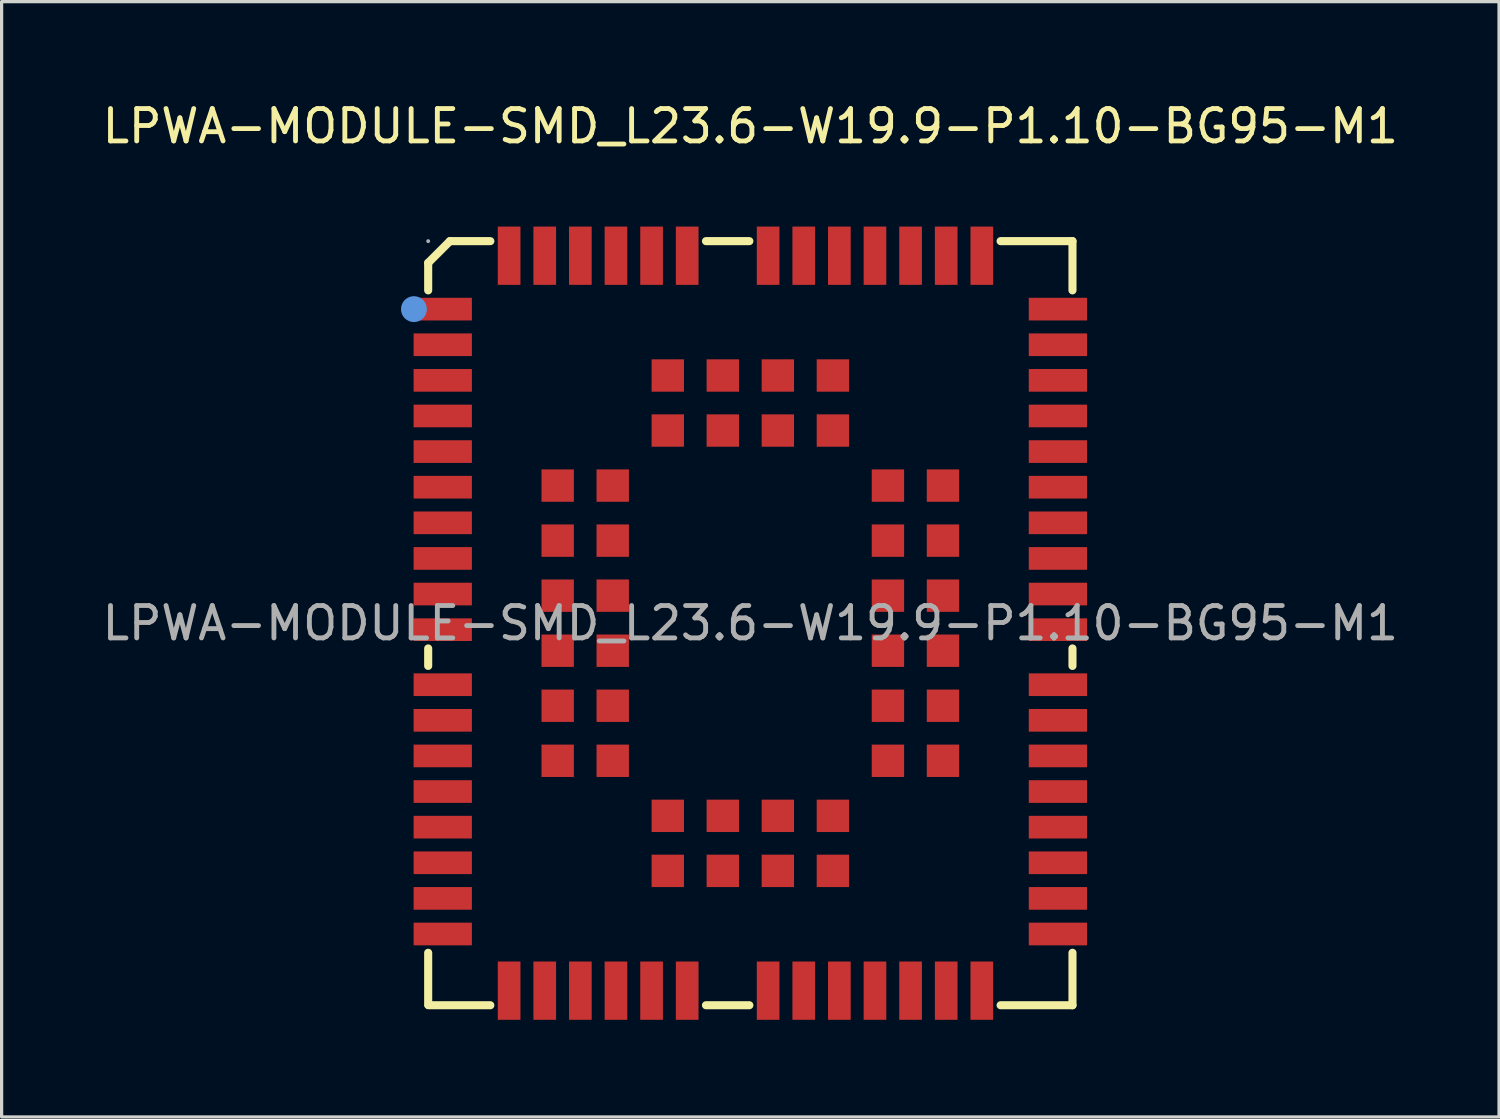
<source format=kicad_pcb>
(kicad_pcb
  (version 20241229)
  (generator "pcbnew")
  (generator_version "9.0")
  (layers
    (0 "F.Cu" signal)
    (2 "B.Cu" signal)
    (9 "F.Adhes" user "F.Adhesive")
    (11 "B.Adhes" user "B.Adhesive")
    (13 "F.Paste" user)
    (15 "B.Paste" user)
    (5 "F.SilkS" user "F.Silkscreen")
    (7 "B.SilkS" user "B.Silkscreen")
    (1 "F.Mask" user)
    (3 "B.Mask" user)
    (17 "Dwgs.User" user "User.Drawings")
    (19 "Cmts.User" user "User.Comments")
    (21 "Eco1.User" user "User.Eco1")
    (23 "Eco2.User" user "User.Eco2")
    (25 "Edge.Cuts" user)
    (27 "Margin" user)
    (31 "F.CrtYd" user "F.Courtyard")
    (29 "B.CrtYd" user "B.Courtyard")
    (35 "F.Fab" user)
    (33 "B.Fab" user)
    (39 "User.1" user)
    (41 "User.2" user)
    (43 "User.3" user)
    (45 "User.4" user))
  (footprint "LPWA-MODULE-SMD_L23.6-W19.9-P1.10-BG95-M1"
    (layer "F.Cu")
    (at 20.125 16.198)
    (property "Reference" "LPWA-MODULE-SMD_L23.6-W19.9-P1.10-BG95-M1" (at 0 -15.35 0) (layer "F.SilkS") (effects (font (size 1 1) (thickness 0.15))))
    (attr smd)
    (fp_line (start -9.95 -11.13) (end -9.95 -10.28) (stroke (width 0.25) (type solid)) (layer "F.SilkS"))
    (fp_line (start -9.95 0.78) (end -9.95 1.32) (stroke (width 0.25) (type solid)) (layer "F.SilkS"))
    (fp_line (start -9.95 10.18) (end -9.95 11.79) (stroke (width 0.25) (type solid)) (layer "F.SilkS"))
    (fp_line (start -9.94 11.8) (end -8.03 11.8) (stroke (width 0.25) (type solid)) (layer "F.SilkS"))
    (fp_line (start -9.28 -11.8) (end -9.95 -11.13) (stroke (width 0.25) (type solid)) (layer "F.SilkS"))
    (fp_line (start -8.03 -11.8) (end -9.28 -11.8) (stroke (width 0.25) (type solid)) (layer "F.SilkS"))
    (fp_line (start -1.37 11.8) (end -0.03 11.8) (stroke (width 0.25) (type solid)) (layer "F.SilkS"))
    (fp_line (start -0.03 -11.8) (end -1.37 -11.8) (stroke (width 0.25) (type solid)) (layer "F.SilkS"))
    (fp_line (start 7.73 11.8) (end 9.95 11.8) (stroke (width 0.25) (type solid)) (layer "F.SilkS"))
    (fp_line (start 9.95 -11.8) (end 7.73 -11.8) (stroke (width 0.25) (type solid)) (layer "F.SilkS"))
    (fp_line (start 9.95 -10.28) (end 9.95 -11.8) (stroke (width 0.25) (type solid)) (layer "F.SilkS"))
    (fp_line (start 9.95 1.32) (end 9.95 0.78) (stroke (width 0.25) (type solid)) (layer "F.SilkS"))
    (fp_line (start 9.95 11.8) (end 9.95 10.18) (stroke (width 0.25) (type solid)) (layer "F.SilkS"))
    (fp_circle (center -10.39 -9.7) (end -10.19 -9.7) (stroke (width 0.4) (type solid)) (fill no) (layer "Cmts.User"))
    (fp_circle (center -9.95 -11.8) (end -9.92 -11.8) (stroke (width 0.06) (type solid)) (fill no) (layer "F.Fab"))
    (fp_text user "${REFERENCE}" (at 0 0 0) (layer "F.Fab") (effects (font (size 1 1) (thickness 0.15))))
    (pad "1" smd rect (at -9.5 -9.7) (size 1.8 0.7) (layers "F.Cu" "F.Mask" "F.Paste"))
    (pad "2" smd rect (at -9.5 -8.6) (size 1.8 0.7) (layers "F.Cu" "F.Mask" "F.Paste"))
    (pad "3" smd rect (at -9.5 -7.5) (size 1.8 0.7) (layers "F.Cu" "F.Mask" "F.Paste"))
    (pad "4" smd rect (at -9.5 -6.4) (size 1.8 0.7) (layers "F.Cu" "F.Mask" "F.Paste"))
    (pad "5" smd rect (at -9.5 -5.3) (size 1.8 0.7) (layers "F.Cu" "F.Mask" "F.Paste"))
    (pad "6" smd rect (at -9.5 -4.2) (size 1.8 0.7) (layers "F.Cu" "F.Mask" "F.Paste"))
    (pad "7" smd rect (at -9.5 -3.1) (size 1.8 0.7) (layers "F.Cu" "F.Mask" "F.Paste"))
    (pad "8" smd rect (at -9.5 -2) (size 1.8 0.7) (layers "F.Cu" "F.Mask" "F.Paste"))
    (pad "9" smd rect (at -9.5 -0.9) (size 1.8 0.7) (layers "F.Cu" "F.Mask" "F.Paste"))
    (pad "10" smd rect (at -9.5 0.2) (size 1.8 0.7) (layers "F.Cu" "F.Mask" "F.Paste"))
    (pad "11" smd rect (at -9.5 1.9) (size 1.8 0.7) (layers "F.Cu" "F.Mask" "F.Paste"))
    (pad "12" smd rect (at -9.5 3) (size 1.8 0.7) (layers "F.Cu" "F.Mask" "F.Paste"))
    (pad "13" smd rect (at -9.5 4.1) (size 1.8 0.7) (layers "F.Cu" "F.Mask" "F.Paste"))
    (pad "14" smd rect (at -9.5 5.2) (size 1.8 0.7) (layers "F.Cu" "F.Mask" "F.Paste"))
    (pad "15" smd rect (at -9.5 6.3) (size 1.8 0.7) (layers "F.Cu" "F.Mask" "F.Paste"))
    (pad "16" smd rect (at -9.5 7.4) (size 1.8 0.7) (layers "F.Cu" "F.Mask" "F.Paste"))
    (pad "17" smd rect (at -9.5 8.5) (size 1.8 0.7) (layers "F.Cu" "F.Mask" "F.Paste"))
    (pad "18" smd rect (at -9.5 9.6) (size 1.8 0.7) (layers "F.Cu" "F.Mask" "F.Paste"))
    (pad "19" smd rect (at -7.45 11.35) (size 0.7 1.8) (layers "F.Cu" "F.Mask" "F.Paste"))
    (pad "20" smd rect (at -6.35 11.35) (size 0.7 1.8) (layers "F.Cu" "F.Mask" "F.Paste"))
    (pad "21" smd rect (at -5.25 11.35) (size 0.7 1.8) (layers "F.Cu" "F.Mask" "F.Paste"))
    (pad "22" smd rect (at -4.15 11.35) (size 0.7 1.8) (layers "F.Cu" "F.Mask" "F.Paste"))
    (pad "23" smd rect (at -3.05 11.35) (size 0.7 1.8) (layers "F.Cu" "F.Mask" "F.Paste"))
    (pad "24" smd rect (at -1.95 11.35) (size 0.7 1.8) (layers "F.Cu" "F.Mask" "F.Paste"))
    (pad "25" smd rect (at 0.55 11.35) (size 0.7 1.8) (layers "F.Cu" "F.Mask" "F.Paste"))
    (pad "26" smd rect (at 1.65 11.35) (size 0.7 1.8) (layers "F.Cu" "F.Mask" "F.Paste"))
    (pad "27" smd rect (at 2.75 11.35) (size 0.7 1.8) (layers "F.Cu" "F.Mask" "F.Paste"))
    (pad "28" smd rect (at 3.85 11.35) (size 0.7 1.8) (layers "F.Cu" "F.Mask" "F.Paste"))
    (pad "29" smd rect (at 4.95 11.35) (size 0.7 1.8) (layers "F.Cu" "F.Mask" "F.Paste"))
    (pad "30" smd rect (at 6.05 11.35) (size 0.7 1.8) (layers "F.Cu" "F.Mask" "F.Paste"))
    (pad "31" smd rect (at 7.15 11.35) (size 0.7 1.8) (layers "F.Cu" "F.Mask" "F.Paste"))
    (pad "32" smd rect (at 9.5 9.6) (size 1.8 0.7) (layers "F.Cu" "F.Mask" "F.Paste"))
    (pad "33" smd rect (at 9.5 8.5) (size 1.8 0.7) (layers "F.Cu" "F.Mask" "F.Paste"))
    (pad "34" smd rect (at 9.5 7.4) (size 1.8 0.7) (layers "F.Cu" "F.Mask" "F.Paste"))
    (pad "35" smd rect (at 9.5 6.3) (size 1.8 0.7) (layers "F.Cu" "F.Mask" "F.Paste"))
    (pad "36" smd rect (at 9.5 5.2) (size 1.8 0.7) (layers "F.Cu" "F.Mask" "F.Paste"))
    (pad "37" smd rect (at 9.5 4.1) (size 1.8 0.7) (layers "F.Cu" "F.Mask" "F.Paste"))
    (pad "38" smd rect (at 9.5 3) (size 1.8 0.7) (layers "F.Cu" "F.Mask" "F.Paste"))
    (pad "39" smd rect (at 9.5 1.9) (size 1.8 0.7) (layers "F.Cu" "F.Mask" "F.Paste"))
    (pad "40" smd rect (at 9.5 0.2) (size 1.8 0.7) (layers "F.Cu" "F.Mask" "F.Paste"))
    (pad "41" smd rect (at 9.5 -0.9) (size 1.8 0.7) (layers "F.Cu" "F.Mask" "F.Paste"))
    (pad "42" smd rect (at 9.5 -2) (size 1.8 0.7) (layers "F.Cu" "F.Mask" "F.Paste"))
    (pad "43" smd rect (at 9.5 -3.1) (size 1.8 0.7) (layers "F.Cu" "F.Mask" "F.Paste"))
    (pad "44" smd rect (at 9.5 -4.2) (size 1.8 0.7) (layers "F.Cu" "F.Mask" "F.Paste"))
    (pad "45" smd rect (at 9.5 -5.3) (size 1.8 0.7) (layers "F.Cu" "F.Mask" "F.Paste"))
    (pad "46" smd rect (at 9.5 -6.4) (size 1.8 0.7) (layers "F.Cu" "F.Mask" "F.Paste"))
    (pad "47" smd rect (at 9.5 -7.5) (size 1.8 0.7) (layers "F.Cu" "F.Mask" "F.Paste"))
    (pad "48" smd rect (at 9.5 -8.6) (size 1.8 0.7) (layers "F.Cu" "F.Mask" "F.Paste"))
    (pad "49" smd rect (at 9.5 -9.7) (size 1.8 0.7) (layers "F.Cu" "F.Mask" "F.Paste"))
    (pad "50" smd rect (at 7.15 -11.35) (size 0.7 1.8) (layers "F.Cu" "F.Mask" "F.Paste"))
    (pad "51" smd rect (at 6.05 -11.35) (size 0.7 1.8) (layers "F.Cu" "F.Mask" "F.Paste"))
    (pad "52" smd rect (at 4.95 -11.35) (size 0.7 1.8) (layers "F.Cu" "F.Mask" "F.Paste"))
    (pad "53" smd rect (at 3.85 -11.35) (size 0.7 1.8) (layers "F.Cu" "F.Mask" "F.Paste"))
    (pad "54" smd rect (at 2.75 -11.35) (size 0.7 1.8) (layers "F.Cu" "F.Mask" "F.Paste"))
    (pad "55" smd rect (at 1.65 -11.35) (size 0.7 1.8) (layers "F.Cu" "F.Mask" "F.Paste"))
    (pad "56" smd rect (at 0.55 -11.35) (size 0.7 1.8) (layers "F.Cu" "F.Mask" "F.Paste"))
    (pad "57" smd rect (at -1.95 -11.35) (size 0.7 1.8) (layers "F.Cu" "F.Mask" "F.Paste"))
    (pad "58" smd rect (at -3.05 -11.35) (size 0.7 1.8) (layers "F.Cu" "F.Mask" "F.Paste"))
    (pad "59" smd rect (at -4.15 -11.35) (size 0.7 1.8) (layers "F.Cu" "F.Mask" "F.Paste"))
    (pad "60" smd rect (at -5.25 -11.35) (size 0.7 1.8) (layers "F.Cu" "F.Mask" "F.Paste"))
    (pad "61" smd rect (at -6.35 -11.35) (size 0.7 1.8) (layers "F.Cu" "F.Mask" "F.Paste"))
    (pad "62" smd rect (at -7.45 -11.35) (size 0.7 1.8) (layers "F.Cu" "F.Mask" "F.Paste"))
    (pad "63" smd rect (at -5.95 -4.25) (size 1 1) (layers "F.Cu" "F.Mask" "F.Paste"))
    (pad "64" smd rect (at -5.95 -2.55) (size 1 1) (layers "F.Cu" "F.Mask" "F.Paste"))
    (pad "65" smd rect (at -5.95 -0.85) (size 1 1) (layers "F.Cu" "F.Mask" "F.Paste"))
    (pad "66" smd rect (at -5.95 0.85) (size 1 1) (layers "F.Cu" "F.Mask" "F.Paste"))
    (pad "67" smd rect (at -5.95 2.55) (size 1 1) (layers "F.Cu" "F.Mask" "F.Paste"))
    (pad "68" smd rect (at -5.95 4.25) (size 1 1) (layers "F.Cu" "F.Mask" "F.Paste"))
    (pad "69" smd rect (at -2.55 7.65) (size 1 1) (layers "F.Cu" "F.Mask" "F.Paste"))
    (pad "70" smd rect (at -0.85 7.65) (size 1 1) (layers "F.Cu" "F.Mask" "F.Paste"))
    (pad "71" smd rect (at 0.85 7.65) (size 1 1) (layers "F.Cu" "F.Mask" "F.Paste"))
    (pad "72" smd rect (at 2.55 7.65) (size 1 1) (layers "F.Cu" "F.Mask" "F.Paste"))
    (pad "73" smd rect (at 5.95 4.25) (size 1 1) (layers "F.Cu" "F.Mask" "F.Paste"))
    (pad "74" smd rect (at 5.95 2.55) (size 1 1) (layers "F.Cu" "F.Mask" "F.Paste"))
    (pad "75" smd rect (at 5.95 0.85) (size 1 1) (layers "F.Cu" "F.Mask" "F.Paste"))
    (pad "76" smd rect (at 5.95 -0.85) (size 1 1) (layers "F.Cu" "F.Mask" "F.Paste"))
    (pad "77" smd rect (at 5.95 -2.55) (size 1 1) (layers "F.Cu" "F.Mask" "F.Paste"))
    (pad "78" smd rect (at 5.95 -4.25) (size 1 1) (layers "F.Cu" "F.Mask" "F.Paste"))
    (pad "79" smd rect (at 2.55 -7.65) (size 1 1) (layers "F.Cu" "F.Mask" "F.Paste"))
    (pad "80" smd rect (at 0.85 -7.65) (size 1 1) (layers "F.Cu" "F.Mask" "F.Paste"))
    (pad "81" smd rect (at -0.85 -7.65) (size 1 1) (layers "F.Cu" "F.Mask" "F.Paste"))
    (pad "82" smd rect (at -2.55 -7.65) (size 1 1) (layers "F.Cu" "F.Mask" "F.Paste"))
    (pad "83" smd rect (at -4.25 -4.25) (size 1 1) (layers "F.Cu" "F.Mask" "F.Paste"))
    (pad "84" smd rect (at -4.25 -2.55) (size 1 1) (layers "F.Cu" "F.Mask" "F.Paste"))
    (pad "85" smd rect (at -4.25 -0.85) (size 1 1) (layers "F.Cu" "F.Mask" "F.Paste"))
    (pad "86" smd rect (at -4.25 0.85) (size 1 1) (layers "F.Cu" "F.Mask" "F.Paste"))
    (pad "87" smd rect (at -4.25 2.55) (size 1 1) (layers "F.Cu" "F.Mask" "F.Paste"))
    (pad "88" smd rect (at -4.25 4.25) (size 1 1) (layers "F.Cu" "F.Mask" "F.Paste"))
    (pad "89" smd rect (at -2.55 5.95) (size 1 1) (layers "F.Cu" "F.Mask" "F.Paste"))
    (pad "90" smd rect (at -0.85 5.95) (size 1 1) (layers "F.Cu" "F.Mask" "F.Paste"))
    (pad "91" smd rect (at 0.85 5.95) (size 1 1) (layers "F.Cu" "F.Mask" "F.Paste"))
    (pad "92" smd rect (at 2.55 5.95) (size 1 1) (layers "F.Cu" "F.Mask" "F.Paste"))
    (pad "93" smd rect (at 4.25 4.25) (size 1 1) (layers "F.Cu" "F.Mask" "F.Paste"))
    (pad "94" smd rect (at 4.25 2.55) (size 1 1) (layers "F.Cu" "F.Mask" "F.Paste"))
    (pad "95" smd rect (at 4.25 0.85) (size 1 1) (layers "F.Cu" "F.Mask" "F.Paste"))
    (pad "96" smd rect (at 4.25 -0.85) (size 1 1) (layers "F.Cu" "F.Mask" "F.Paste"))
    (pad "97" smd rect (at 4.25 -2.55) (size 1 1) (layers "F.Cu" "F.Mask" "F.Paste"))
    (pad "98" smd rect (at 4.25 -4.25) (size 1 1) (layers "F.Cu" "F.Mask" "F.Paste"))
    (pad "99" smd rect (at 2.55 -5.95) (size 1 1) (layers "F.Cu" "F.Mask" "F.Paste"))
    (pad "100" smd rect (at 0.85 -5.95) (size 1 1) (layers "F.Cu" "F.Mask" "F.Paste"))
    (pad "101" smd rect (at -0.85 -5.95) (size 1 1) (layers "F.Cu" "F.Mask" "F.Paste"))
    (pad "102" smd rect (at -2.55 -5.95) (size 1 1) (layers "F.Cu" "F.Mask" "F.Paste")))
  (gr_rect
    (start -3 -3)
    (end 43.25 31.448)
    (stroke (width 0.1) (type default))
    (fill no)
    (layer "Edge.Cuts")))
</source>
